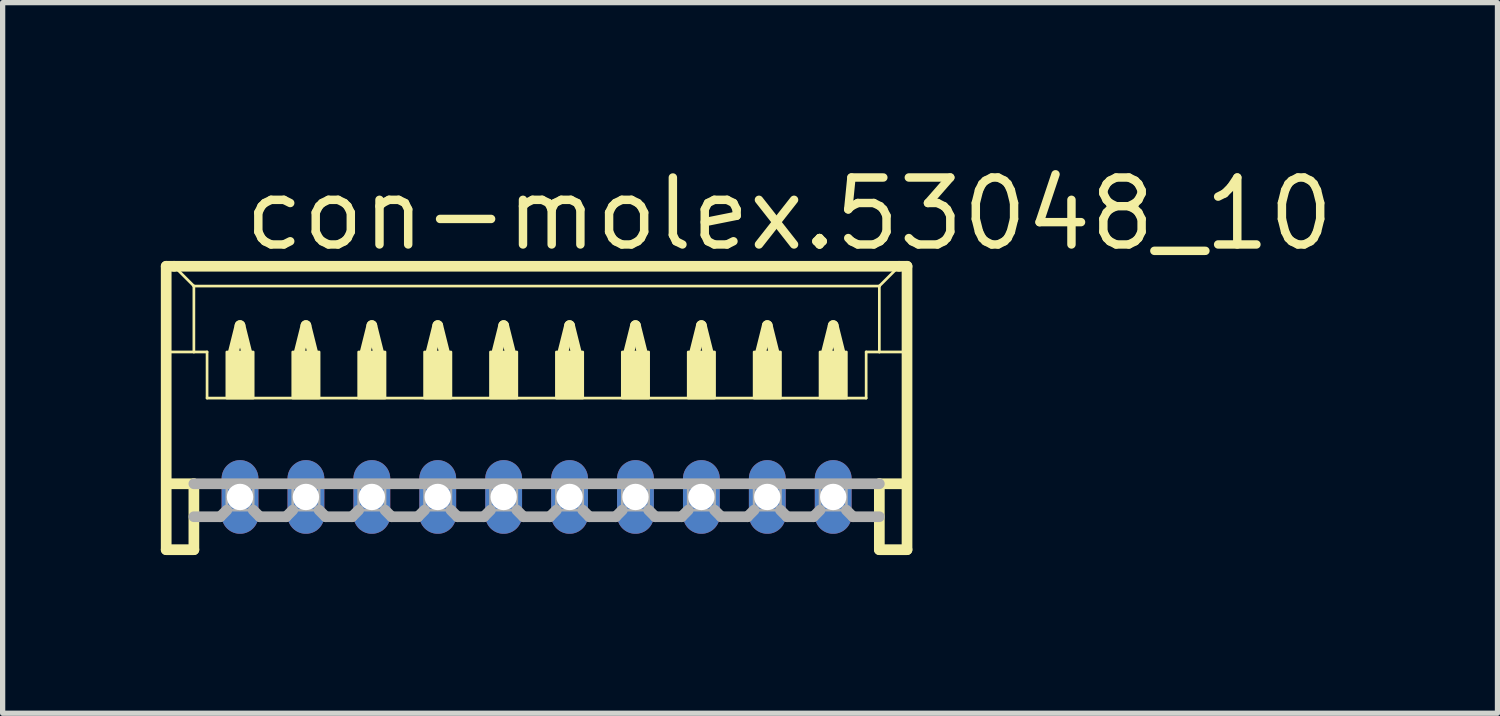
<source format=kicad_pcb>
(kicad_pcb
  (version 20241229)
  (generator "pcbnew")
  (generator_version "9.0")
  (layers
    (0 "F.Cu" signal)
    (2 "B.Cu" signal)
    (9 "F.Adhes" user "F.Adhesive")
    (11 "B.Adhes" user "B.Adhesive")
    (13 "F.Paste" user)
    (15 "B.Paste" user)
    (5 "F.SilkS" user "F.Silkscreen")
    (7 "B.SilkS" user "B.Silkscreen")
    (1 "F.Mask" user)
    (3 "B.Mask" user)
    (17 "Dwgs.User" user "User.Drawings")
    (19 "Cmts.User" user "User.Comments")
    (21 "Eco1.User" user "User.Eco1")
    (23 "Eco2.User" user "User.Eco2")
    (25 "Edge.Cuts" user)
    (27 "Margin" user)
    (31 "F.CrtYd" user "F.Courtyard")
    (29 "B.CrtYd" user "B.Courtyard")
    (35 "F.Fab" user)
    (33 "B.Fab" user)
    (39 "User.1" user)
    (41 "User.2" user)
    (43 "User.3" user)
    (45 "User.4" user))
  (footprint "con-molex.53048_10"
    (layer "F.Cu")
    (at 7.127 5.125)
    (property "Reference" "con-molex.53048_10" (at -5.625 -3.375 0) (layer "F.SilkS") (effects (font (size 1.27 1.27) (thickness 0.16)) (justify left bottom)))
    (attr through_hole)
    (fp_line (start -7.025 -3.125) (end -7.025 2.25) (stroke (width 0.203) (type default)) (layer "F.SilkS"))
    (fp_line (start -7.025 2.25) (end -6.5 2.25) (stroke (width 0.203) (type default)) (layer "F.SilkS"))
    (fp_line (start -7 -1.5) (end -6.5 -1.5) (stroke (width 0.051) (type default)) (layer "F.SilkS"))
    (fp_line (start -7 1) (end -6.5 1) (stroke (width 0.203) (type default)) (layer "F.SilkS"))
    (fp_line (start -6.875 -3.125) (end -7.025 -3.125) (stroke (width 0.203) (type default)) (layer "F.SilkS"))
    (fp_line (start -6.5 -2.75) (end -6.875 -3.125) (stroke (width 0.051) (type default)) (layer "F.SilkS"))
    (fp_line (start -6.5 -2.75) (end 6.5 -2.75) (stroke (width 0.051) (type default)) (layer "F.SilkS"))
    (fp_line (start -6.5 -1.5) (end -6.5 -2.75) (stroke (width 0.051) (type default)) (layer "F.SilkS"))
    (fp_line (start -6.5 -1.5) (end -6.25 -1.5) (stroke (width 0.051) (type default)) (layer "F.SilkS"))
    (fp_line (start -6.5 1) (end -6.5 2.25) (stroke (width 0.203) (type default)) (layer "F.SilkS"))
    (fp_line (start -6.25 -1.5) (end -6.25 -0.625) (stroke (width 0.051) (type default)) (layer "F.SilkS"))
    (fp_line (start -6.25 -0.625) (end 6.25 -0.625) (stroke (width 0.051) (type default)) (layer "F.SilkS"))
    (fp_line (start -5.75 -1.5) (end -5.625 -2) (stroke (width 0.203) (type default)) (layer "F.SilkS"))
    (fp_line (start -5.625 -2) (end -5.5 -1.5) (stroke (width 0.203) (type default)) (layer "F.SilkS"))
    (fp_line (start -4.5 -1.5) (end -4.375 -2) (stroke (width 0.203) (type default)) (layer "F.SilkS"))
    (fp_line (start -4.375 -2) (end -4.25 -1.5) (stroke (width 0.203) (type default)) (layer "F.SilkS"))
    (fp_line (start -3.25 -1.5) (end -3.125 -2) (stroke (width 0.203) (type default)) (layer "F.SilkS"))
    (fp_line (start -3.125 -2) (end -3 -1.5) (stroke (width 0.203) (type default)) (layer "F.SilkS"))
    (fp_line (start -2 -1.5) (end -1.875 -2) (stroke (width 0.203) (type default)) (layer "F.SilkS"))
    (fp_line (start -1.875 -2) (end -1.75 -1.5) (stroke (width 0.203) (type default)) (layer "F.SilkS"))
    (fp_line (start -0.75 -1.5) (end -0.625 -2) (stroke (width 0.203) (type default)) (layer "F.SilkS"))
    (fp_line (start -0.625 -2) (end -0.5 -1.5) (stroke (width 0.203) (type default)) (layer "F.SilkS"))
    (fp_line (start 0.5 -1.5) (end 0.625 -2) (stroke (width 0.203) (type default)) (layer "F.SilkS"))
    (fp_line (start 0.625 -2) (end 0.75 -1.5) (stroke (width 0.203) (type default)) (layer "F.SilkS"))
    (fp_line (start 1.75 -1.5) (end 1.875 -2) (stroke (width 0.203) (type default)) (layer "F.SilkS"))
    (fp_line (start 1.875 -2) (end 2 -1.5) (stroke (width 0.203) (type default)) (layer "F.SilkS"))
    (fp_line (start 3 -1.5) (end 3.125 -2) (stroke (width 0.203) (type default)) (layer "F.SilkS"))
    (fp_line (start 3.125 -2) (end 3.25 -1.5) (stroke (width 0.203) (type default)) (layer "F.SilkS"))
    (fp_line (start 4.25 -1.5) (end 4.375 -2) (stroke (width 0.203) (type default)) (layer "F.SilkS"))
    (fp_line (start 4.375 -2) (end 4.5 -1.5) (stroke (width 0.203) (type default)) (layer "F.SilkS"))
    (fp_line (start 5.5 -1.5) (end 5.625 -2) (stroke (width 0.203) (type default)) (layer "F.SilkS"))
    (fp_line (start 5.625 -2) (end 5.75 -1.5) (stroke (width 0.203) (type default)) (layer "F.SilkS"))
    (fp_line (start 6.25 -1.5) (end 6.25 -0.625) (stroke (width 0.051) (type default)) (layer "F.SilkS"))
    (fp_line (start 6.25 -1.5) (end 6.5 -1.5) (stroke (width 0.051) (type default)) (layer "F.SilkS"))
    (fp_line (start 6.5 -2.75) (end 6.5 -1.5) (stroke (width 0.051) (type default)) (layer "F.SilkS"))
    (fp_line (start 6.5 -2.75) (end 6.875 -3.125) (stroke (width 0.051) (type default)) (layer "F.SilkS"))
    (fp_line (start 6.5 -1.5) (end 7 -1.5) (stroke (width 0.051) (type default)) (layer "F.SilkS"))
    (fp_line (start 6.5 1) (end 6.5 2.25) (stroke (width 0.203) (type default)) (layer "F.SilkS"))
    (fp_line (start 6.5 1) (end 7 1) (stroke (width 0.203) (type default)) (layer "F.SilkS"))
    (fp_line (start 6.5 2.25) (end 7.025 2.25) (stroke (width 0.203) (type default)) (layer "F.SilkS"))
    (fp_line (start 6.875 -3.125) (end -6.875 -3.125) (stroke (width 0.203) (type default)) (layer "F.SilkS"))
    (fp_line (start 7.025 -3.125) (end 6.875 -3.125) (stroke (width 0.203) (type default)) (layer "F.SilkS"))
    (fp_line (start 7.025 2.25) (end 7.025 -3.125) (stroke (width 0.203) (type default)) (layer "F.SilkS"))
    (fp_rect (start -5.875 -0.625) (end -5.375 -1.5) (stroke (width 0.05) (type default)) (fill yes) (layer "F.SilkS"))
    (fp_rect (start -4.625 -0.625) (end -4.125 -1.5) (stroke (width 0.05) (type default)) (fill yes) (layer "F.SilkS"))
    (fp_rect (start -3.375 -0.625) (end -2.875 -1.5) (stroke (width 0.05) (type default)) (fill yes) (layer "F.SilkS"))
    (fp_rect (start -2.125 -0.625) (end -1.625 -1.5) (stroke (width 0.05) (type default)) (fill yes) (layer "F.SilkS"))
    (fp_rect (start -0.875 -0.625) (end -0.375 -1.5) (stroke (width 0.05) (type default)) (fill yes) (layer "F.SilkS"))
    (fp_rect (start 0.375 -0.625) (end 0.875 -1.5) (stroke (width 0.05) (type default)) (fill yes) (layer "F.SilkS"))
    (fp_rect (start 1.625 -0.625) (end 2.125 -1.5) (stroke (width 0.05) (type default)) (fill yes) (layer "F.SilkS"))
    (fp_rect (start 2.875 -0.625) (end 3.375 -1.5) (stroke (width 0.05) (type default)) (fill yes) (layer "F.SilkS"))
    (fp_rect (start 4.125 -0.625) (end 4.625 -1.5) (stroke (width 0.05) (type default)) (fill yes) (layer "F.SilkS"))
    (fp_rect (start 5.375 -0.625) (end 5.875 -1.5) (stroke (width 0.05) (type default)) (fill yes) (layer "F.SilkS"))
    (fp_line (start -6.5 1) (end 6.5 1) (stroke (width 0.203) (type default)) (layer "F.Fab"))
    (fp_line (start -6 1.625) (end -6.5 1.625) (stroke (width 0.203) (type default)) (layer "F.Fab"))
    (fp_line (start -5.875 1.5) (end -6 1.625) (stroke (width 0.203) (type default)) (layer "F.Fab"))
    (fp_line (start -5.375 1.5) (end -5.25 1.625) (stroke (width 0.203) (type default)) (layer "F.Fab"))
    (fp_line (start -4.75 1.625) (end -5.25 1.625) (stroke (width 0.203) (type default)) (layer "F.Fab"))
    (fp_line (start -4.625 1.5) (end -4.75 1.625) (stroke (width 0.203) (type default)) (layer "F.Fab"))
    (fp_line (start -4.125 1.5) (end -4 1.625) (stroke (width 0.203) (type default)) (layer "F.Fab"))
    (fp_line (start -3.5 1.625) (end -4 1.625) (stroke (width 0.203) (type default)) (layer "F.Fab"))
    (fp_line (start -3.375 1.5) (end -3.5 1.625) (stroke (width 0.203) (type default)) (layer "F.Fab"))
    (fp_line (start -2.875 1.5) (end -2.75 1.625) (stroke (width 0.203) (type default)) (layer "F.Fab"))
    (fp_line (start -2.25 1.625) (end -2.75 1.625) (stroke (width 0.203) (type default)) (layer "F.Fab"))
    (fp_line (start -2.125 1.5) (end -2.25 1.625) (stroke (width 0.203) (type default)) (layer "F.Fab"))
    (fp_line (start -1.625 1.5) (end -1.5 1.625) (stroke (width 0.203) (type default)) (layer "F.Fab"))
    (fp_line (start -1 1.625) (end -1.5 1.625) (stroke (width 0.203) (type default)) (layer "F.Fab"))
    (fp_line (start -0.875 1.5) (end -1 1.625) (stroke (width 0.203) (type default)) (layer "F.Fab"))
    (fp_line (start -0.375 1.5) (end -0.25 1.625) (stroke (width 0.203) (type default)) (layer "F.Fab"))
    (fp_line (start 0.25 1.625) (end -0.25 1.625) (stroke (width 0.203) (type default)) (layer "F.Fab"))
    (fp_line (start 0.375 1.5) (end 0.25 1.625) (stroke (width 0.203) (type default)) (layer "F.Fab"))
    (fp_line (start 0.875 1.5) (end 1 1.625) (stroke (width 0.203) (type default)) (layer "F.Fab"))
    (fp_line (start 1.5 1.625) (end 1 1.625) (stroke (width 0.203) (type default)) (layer "F.Fab"))
    (fp_line (start 1.625 1.5) (end 1.5 1.625) (stroke (width 0.203) (type default)) (layer "F.Fab"))
    (fp_line (start 2.125 1.5) (end 2.25 1.625) (stroke (width 0.203) (type default)) (layer "F.Fab"))
    (fp_line (start 2.75 1.625) (end 2.25 1.625) (stroke (width 0.203) (type default)) (layer "F.Fab"))
    (fp_line (start 2.875 1.5) (end 2.75 1.625) (stroke (width 0.203) (type default)) (layer "F.Fab"))
    (fp_line (start 3.375 1.5) (end 3.5 1.625) (stroke (width 0.203) (type default)) (layer "F.Fab"))
    (fp_line (start 4 1.625) (end 3.5 1.625) (stroke (width 0.203) (type default)) (layer "F.Fab"))
    (fp_line (start 4.125 1.5) (end 4 1.625) (stroke (width 0.203) (type default)) (layer "F.Fab"))
    (fp_line (start 4.625 1.5) (end 4.75 1.625) (stroke (width 0.203) (type default)) (layer "F.Fab"))
    (fp_line (start 5.25 1.625) (end 4.75 1.625) (stroke (width 0.203) (type default)) (layer "F.Fab"))
    (fp_line (start 5.375 1.5) (end 5.25 1.625) (stroke (width 0.203) (type default)) (layer "F.Fab"))
    (fp_line (start 5.875 1.5) (end 6 1.625) (stroke (width 0.203) (type default)) (layer "F.Fab"))
    (fp_line (start 6.5 1.625) (end 6 1.625) (stroke (width 0.203) (type default)) (layer "F.Fab"))
    (fp_rect (start -5.875 1.5) (end -5.375 1) (stroke (width 0.05) (type default)) (fill no) (layer "F.Fab"))
    (fp_rect (start -4.625 1.5) (end -4.125 1) (stroke (width 0.05) (type default)) (fill no) (layer "F.Fab"))
    (fp_rect (start -3.375 1.5) (end -2.875 1) (stroke (width 0.05) (type default)) (fill no) (layer "F.Fab"))
    (fp_rect (start -2.125 1.5) (end -1.625 1) (stroke (width 0.05) (type default)) (fill no) (layer "F.Fab"))
    (fp_rect (start -0.875 1.5) (end -0.375 1) (stroke (width 0.05) (type default)) (fill no) (layer "F.Fab"))
    (fp_rect (start 0.375 1.5) (end 0.875 1) (stroke (width 0.05) (type default)) (fill no) (layer "F.Fab"))
    (fp_rect (start 1.625 1.5) (end 2.125 1) (stroke (width 0.05) (type default)) (fill no) (layer "F.Fab"))
    (fp_rect (start 2.875 1.5) (end 3.375 1) (stroke (width 0.05) (type default)) (fill no) (layer "F.Fab"))
    (fp_rect (start 4.125 1.5) (end 4.625 1) (stroke (width 0.05) (type default)) (fill no) (layer "F.Fab"))
    (fp_rect (start 5.375 1.5) (end 5.875 1) (stroke (width 0.05) (type default)) (fill no) (layer "F.Fab"))
    (pad "1" thru_hole oval (at 5.625 1.25 90) (size 1.397 0.698) (drill 0.5) (layers "*.Cu" "*.Mask"))
    (pad "2" thru_hole oval (at 4.375 1.25 90) (size 1.397 0.698) (drill 0.5) (layers "*.Cu" "*.Mask"))
    (pad "3" thru_hole oval (at 3.125 1.25 90) (size 1.397 0.698) (drill 0.5) (layers "*.Cu" "*.Mask"))
    (pad "4" thru_hole oval (at 1.875 1.25 90) (size 1.397 0.698) (drill 0.5) (layers "*.Cu" "*.Mask"))
    (pad "5" thru_hole oval (at 0.625 1.25 90) (size 1.397 0.698) (drill 0.5) (layers "*.Cu" "*.Mask"))
    (pad "6" thru_hole oval (at -0.625 1.25 90) (size 1.397 0.698) (drill 0.5) (layers "*.Cu" "*.Mask"))
    (pad "7" thru_hole oval (at -1.875 1.25 90) (size 1.397 0.698) (drill 0.5) (layers "*.Cu" "*.Mask"))
    (pad "8" thru_hole oval (at -3.125 1.25 90) (size 1.397 0.698) (drill 0.5) (layers "*.Cu" "*.Mask"))
    (pad "9" thru_hole oval (at -4.375 1.25 90) (size 1.397 0.698) (drill 0.5) (layers "*.Cu" "*.Mask"))
    (pad "10" thru_hole oval (at -5.625 1.25 90) (size 1.397 0.698) (drill 0.5) (layers "*.Cu" "*.Mask")))
  (gr_rect
    (start -3 -3)
    (end 25.35 10.477)
    (stroke (width 0.1) (type default))
    (fill no)
    (layer "Edge.Cuts")))
</source>
